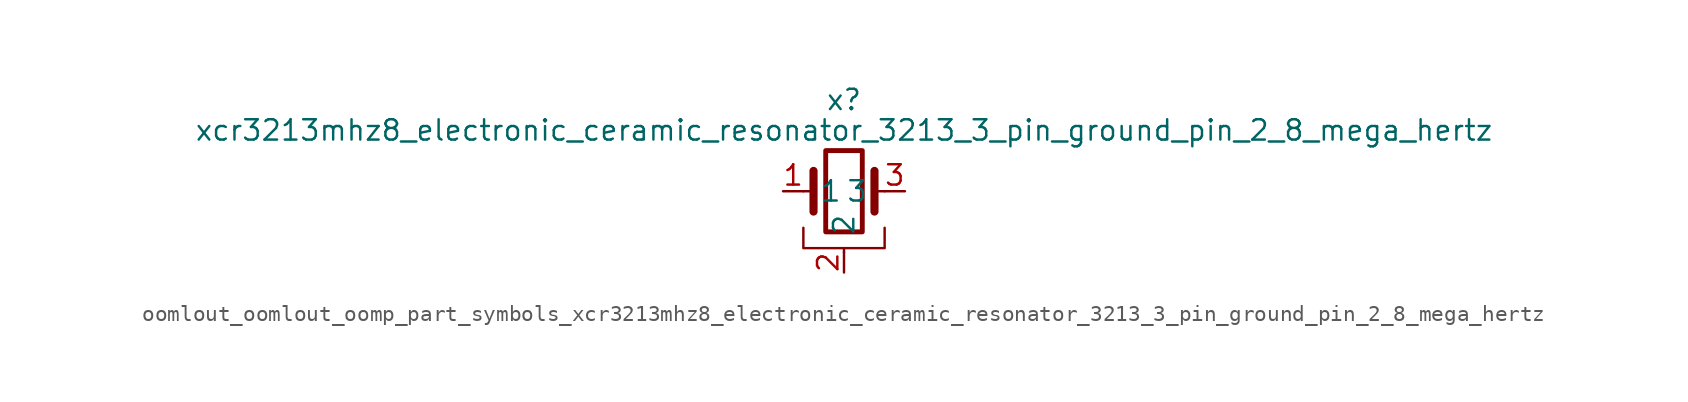
<source format=kicad_sym>
(kicad_symbol_lib
  (version 20220914)
  (generator kicad_symbol_editor)
  (symbol "oomlout_oomlout_oomp_part_symbols_xcr3213mhz8_electronic_ceramic_resonator_3213_3_pin_ground_pin_2_8_mega_hertz"
    (pin_names
      (offset 1.016))
    (property "Reference" "x"
      (at 0 5.715 0)
      (effects (font (size 1.27 1.27))))
    (property "Value" "xcr3213mhz8_electronic_ceramic_resonator_3213_3_pin_ground_pin_2_8_mega_hertz"
      (at 0 3.81 0)
      (effects (font (size 1.27 1.27))))
    (symbol "oomlout_oomlout_oomp_part_symbols_xcr3213mhz8_electronic_ceramic_resonator_3213_3_pin_ground_pin_2_8_mega_hertz_0_1"
      (rectangle (start -1.143 2.54) (end 1.143 -2.54) (stroke (width 0.305) (type default)) (fill (type none)))
      (polyline (pts (xy -2.54 0) (xy -1.905 0)) (stroke (width 0) (type default)) (fill (type none)))
      (polyline (pts (xy -1.905 -1.27) (xy -1.905 1.27)) (stroke (width 0.508) (type default)) (fill (type none)))
      (polyline (pts (xy 0 -3.81) (xy 0 -3.556)) (stroke (width 0) (type default)) (fill (type none)))
      (polyline (pts (xy 1.905 0) (xy 2.54 0)) (stroke (width 0) (type default)) (fill (type none)))
      (polyline (pts (xy 1.905 1.27) (xy 1.905 -1.27)) (stroke (width 0.508) (type default)) (fill (type none)))
      (polyline (pts (xy -2.54 -2.286) (xy -2.54 -3.556) (xy 2.54 -3.556) (xy 2.54 -2.286)) (stroke (width 0) (type default)) (fill (type none))))
    (symbol "oomlout_oomlout_oomp_part_symbols_xcr3213mhz8_electronic_ceramic_resonator_3213_3_pin_ground_pin_2_8_mega_hertz_1_1"
      (pin passive line (at -3.81 0 0) (length 1.27) (name "1" (effects (font (size 1.27 1.27)))) (number "1" (effects (font (size 1.27 1.27)))))
      (pin passive line (at 0 -5.08 90) (length 1.27) (name "2" (effects (font (size 1.27 1.27)))) (number "2" (effects (font (size 1.27 1.27)))))
      (pin passive line (at 3.81 0 180) (length 1.27) (name "3" (effects (font (size 1.27 1.27)))) (number "3" (effects (font (size 1.27 1.27))))))))
</source>
